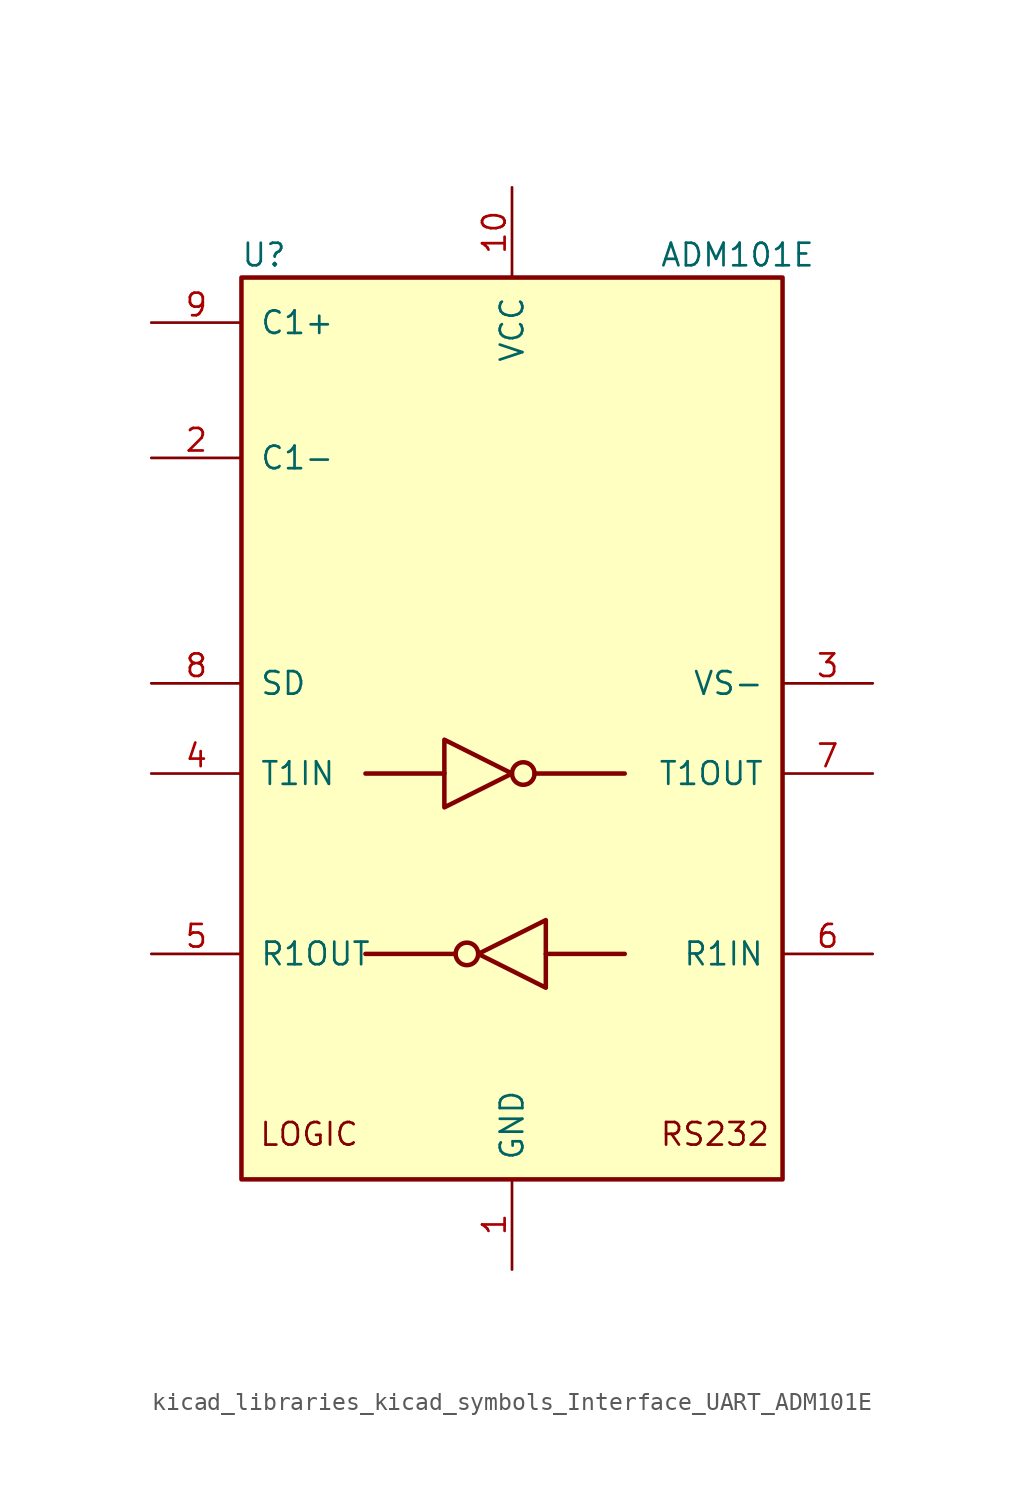
<source format=kicad_sym>
(kicad_symbol_lib
  (version 20220914)
  (generator kicad_symbol_editor)
  (symbol "kicad_libraries_kicad_symbols_Interface_UART_ADM101E"
    (pin_names
      (offset 1.016))
    (property "Reference" "U"
      (at -13.97 26.67 0)
      (effects (font (size 1.27 1.27))))
    (property "Value" "ADM101E"
      (at 12.7 26.67 0)
      (effects (font (size 1.27 1.27))))
    (symbol "kicad_libraries_kicad_symbols_Interface_UART_ADM101E_0_0"
      (text "LOGIC" (at -11.43 -22.86 0) (effects (font (size 1.27 1.27))))
      (text "RS232" (at 11.43 -22.86 0) (effects (font (size 1.27 1.27)))))
    (symbol "kicad_libraries_kicad_symbols_Interface_UART_ADM101E_0_1"
      (rectangle (start -15.24 -25.4) (end 15.24 25.4) (stroke (width 0.254) (type default)) (fill (type background)))
      (circle (center -2.54 -12.7) (radius 0.635) (stroke (width 0.254) (type default)) (fill (type none)))
      (polyline (pts (xy -3.81 -2.54) (xy -8.255 -2.54)) (stroke (width 0.254) (type default)) (fill (type none)))
      (polyline (pts (xy -3.175 -12.7) (xy -8.255 -12.7)) (stroke (width 0.254) (type default)) (fill (type none)))
      (polyline (pts (xy 1.27 -2.54) (xy 6.35 -2.54)) (stroke (width 0.254) (type default)) (fill (type none)))
      (polyline (pts (xy 1.905 -12.7) (xy 6.35 -12.7)) (stroke (width 0.254) (type default)) (fill (type none)))
      (polyline (pts (xy -3.81 -0.635) (xy -3.81 -4.445) (xy 0 -2.54) (xy -3.81 -0.635)) (stroke (width 0.254) (type default)) (fill (type none)))
      (polyline (pts (xy 1.905 -10.795) (xy 1.905 -14.605) (xy -1.905 -12.7) (xy 1.905 -10.795)) (stroke (width 0.254) (type default)) (fill (type none)))
      (circle (center 0.635 -2.54) (radius 0.635) (stroke (width 0.254) (type default)) (fill (type none))))
    (symbol "kicad_libraries_kicad_symbols_Interface_UART_ADM101E_1_1"
      (pin power_in line (at 0 -30.48 90) (length 5.08) (name "GND" (effects (font (size 1.27 1.27)))) (number "1" (effects (font (size 1.27 1.27)))))
      (pin power_in line (at 0 30.48 270) (length 5.08) (name "VCC" (effects (font (size 1.27 1.27)))) (number "10" (effects (font (size 1.27 1.27)))))
      (pin passive line (at -20.32 15.24 0) (length 5.08) (name "C1-" (effects (font (size 1.27 1.27)))) (number "2" (effects (font (size 1.27 1.27)))))
      (pin power_out line (at 20.32 2.54 180) (length 5.08) (name "VS-" (effects (font (size 1.27 1.27)))) (number "3" (effects (font (size 1.27 1.27)))))
      (pin input line (at -20.32 -2.54 0) (length 5.08) (name "T1IN" (effects (font (size 1.27 1.27)))) (number "4" (effects (font (size 1.27 1.27)))))
      (pin output line (at -20.32 -12.7 0) (length 5.08) (name "R1OUT" (effects (font (size 1.27 1.27)))) (number "5" (effects (font (size 1.27 1.27)))))
      (pin input line (at 20.32 -12.7 180) (length 5.08) (name "R1IN" (effects (font (size 1.27 1.27)))) (number "6" (effects (font (size 1.27 1.27)))))
      (pin output line (at 20.32 -2.54 180) (length 5.08) (name "T1OUT" (effects (font (size 1.27 1.27)))) (number "7" (effects (font (size 1.27 1.27)))))
      (pin input line (at -20.32 2.54 0) (length 5.08) (name "SD" (effects (font (size 1.27 1.27)))) (number "8" (effects (font (size 1.27 1.27)))))
      (pin passive line (at -20.32 22.86 0) (length 5.08) (name "C1+" (effects (font (size 1.27 1.27)))) (number "9" (effects (font (size 1.27 1.27))))))))
</source>
